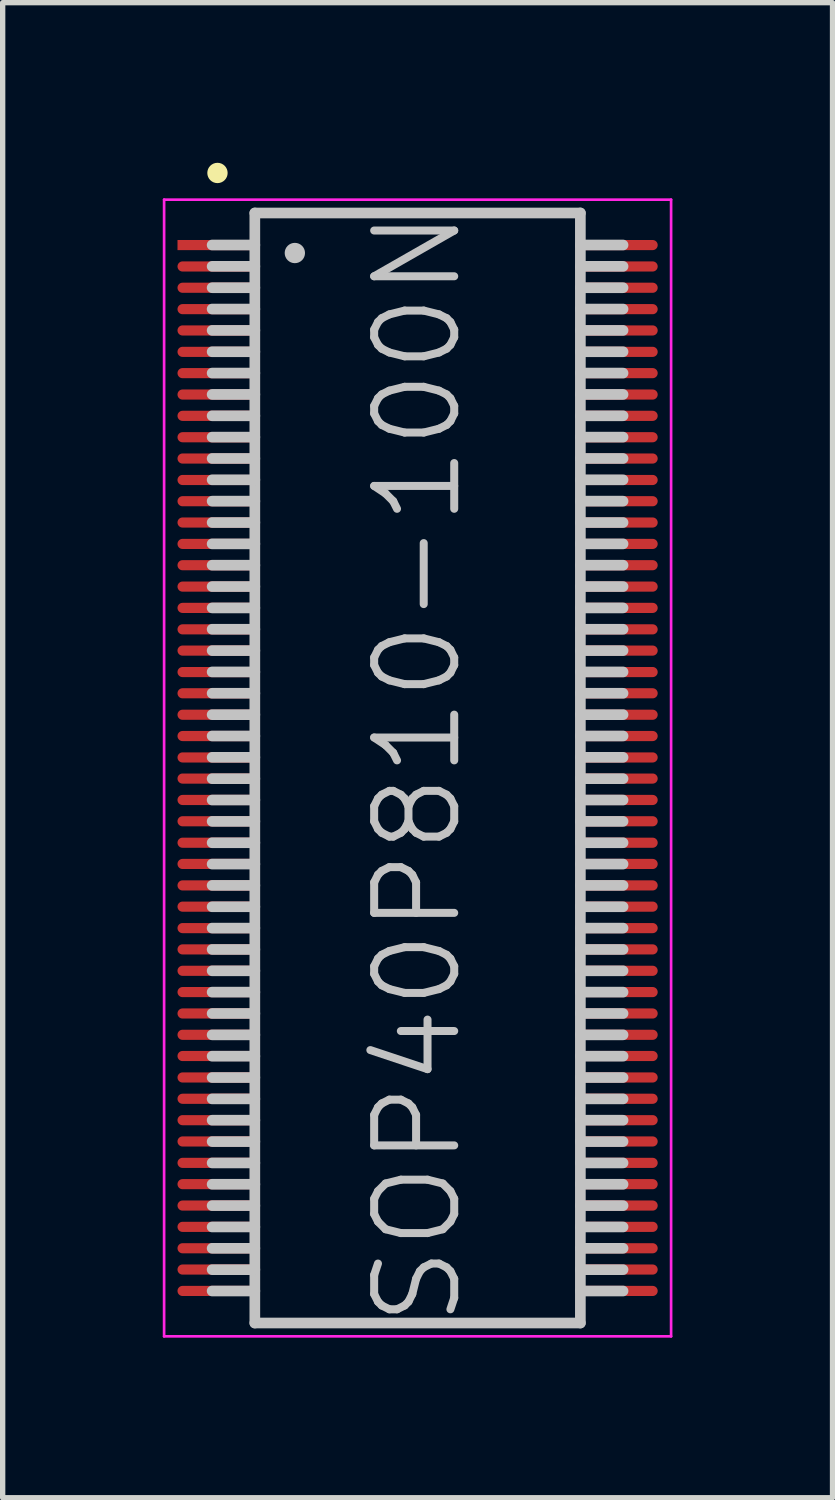
<source format=kicad_pcb>
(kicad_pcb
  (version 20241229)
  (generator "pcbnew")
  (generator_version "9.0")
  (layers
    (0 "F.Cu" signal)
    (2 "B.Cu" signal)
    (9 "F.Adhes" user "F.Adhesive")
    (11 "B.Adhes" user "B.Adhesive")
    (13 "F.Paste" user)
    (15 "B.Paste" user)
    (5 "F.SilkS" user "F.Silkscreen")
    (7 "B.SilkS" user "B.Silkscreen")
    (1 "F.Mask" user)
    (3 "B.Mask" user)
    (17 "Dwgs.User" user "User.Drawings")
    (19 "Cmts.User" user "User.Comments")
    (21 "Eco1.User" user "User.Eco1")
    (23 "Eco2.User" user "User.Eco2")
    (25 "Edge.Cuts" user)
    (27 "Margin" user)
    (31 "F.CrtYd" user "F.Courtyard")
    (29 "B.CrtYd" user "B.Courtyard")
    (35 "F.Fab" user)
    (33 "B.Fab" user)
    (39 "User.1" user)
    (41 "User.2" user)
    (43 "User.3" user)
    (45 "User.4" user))
  (footprint "SOP40P810-100N"
    (layer "F.Cu")
    (at 4.775 11.341)
    (property "Reference" "SOP40P810-100N" (at 0 0 90) (layer "Dwgs.User") (effects (font (size 1.5 1.5) (thickness 0.15))))
    (attr smd)
    (fp_line (start -3.75 -11.15) (end -3.75 -11.15) (stroke (width 0.381) (type solid)) (layer "F.SilkS"))
    (fp_line (start -3.05 -10.4) (end -3.05 10.4) (stroke (width 0.2) (type solid)) (layer "Dwgs.User"))
    (fp_line (start -3.05 -10.4) (end 3.05 -10.4) (stroke (width 0.2) (type solid)) (layer "Dwgs.User"))
    (fp_line (start -3.05 -9.8) (end -3.85 -9.8) (stroke (width 0.2) (type solid)) (layer "Dwgs.User"))
    (fp_line (start -3.05 -9.4) (end -3.85 -9.4) (stroke (width 0.2) (type solid)) (layer "Dwgs.User"))
    (fp_line (start -3.05 -9) (end -3.85 -9) (stroke (width 0.2) (type solid)) (layer "Dwgs.User"))
    (fp_line (start -3.05 -8.6) (end -3.85 -8.6) (stroke (width 0.2) (type solid)) (layer "Dwgs.User"))
    (fp_line (start -3.05 -8.2) (end -3.85 -8.2) (stroke (width 0.2) (type solid)) (layer "Dwgs.User"))
    (fp_line (start -3.05 -7.8) (end -3.85 -7.8) (stroke (width 0.2) (type solid)) (layer "Dwgs.User"))
    (fp_line (start -3.05 -7.4) (end -3.85 -7.4) (stroke (width 0.2) (type solid)) (layer "Dwgs.User"))
    (fp_line (start -3.05 -7) (end -3.85 -7) (stroke (width 0.2) (type solid)) (layer "Dwgs.User"))
    (fp_line (start -3.05 -6.6) (end -3.85 -6.6) (stroke (width 0.2) (type solid)) (layer "Dwgs.User"))
    (fp_line (start -3.05 -6.2) (end -3.85 -6.2) (stroke (width 0.2) (type solid)) (layer "Dwgs.User"))
    (fp_line (start -3.05 -5.8) (end -3.85 -5.8) (stroke (width 0.2) (type solid)) (layer "Dwgs.User"))
    (fp_line (start -3.05 -5.4) (end -3.85 -5.4) (stroke (width 0.2) (type solid)) (layer "Dwgs.User"))
    (fp_line (start -3.05 -5) (end -3.85 -5) (stroke (width 0.2) (type solid)) (layer "Dwgs.User"))
    (fp_line (start -3.05 -4.6) (end -3.85 -4.6) (stroke (width 0.2) (type solid)) (layer "Dwgs.User"))
    (fp_line (start -3.05 -4.2) (end -3.85 -4.2) (stroke (width 0.2) (type solid)) (layer "Dwgs.User"))
    (fp_line (start -3.05 -3.8) (end -3.85 -3.8) (stroke (width 0.2) (type solid)) (layer "Dwgs.User"))
    (fp_line (start -3.05 -3.4) (end -3.85 -3.4) (stroke (width 0.2) (type solid)) (layer "Dwgs.User"))
    (fp_line (start -3.05 -3) (end -3.85 -3) (stroke (width 0.2) (type solid)) (layer "Dwgs.User"))
    (fp_line (start -3.05 -2.6) (end -3.85 -2.6) (stroke (width 0.2) (type solid)) (layer "Dwgs.User"))
    (fp_line (start -3.05 -2.2) (end -3.85 -2.2) (stroke (width 0.2) (type solid)) (layer "Dwgs.User"))
    (fp_line (start -3.05 -1.8) (end -3.85 -1.8) (stroke (width 0.2) (type solid)) (layer "Dwgs.User"))
    (fp_line (start -3.05 -1.4) (end -3.85 -1.4) (stroke (width 0.2) (type solid)) (layer "Dwgs.User"))
    (fp_line (start -3.05 -1) (end -3.85 -1) (stroke (width 0.2) (type solid)) (layer "Dwgs.User"))
    (fp_line (start -3.05 -0.6) (end -3.85 -0.6) (stroke (width 0.2) (type solid)) (layer "Dwgs.User"))
    (fp_line (start -3.05 -0.2) (end -3.85 -0.2) (stroke (width 0.2) (type solid)) (layer "Dwgs.User"))
    (fp_line (start -3.05 0.2) (end -3.85 0.2) (stroke (width 0.2) (type solid)) (layer "Dwgs.User"))
    (fp_line (start -3.05 0.6) (end -3.85 0.6) (stroke (width 0.2) (type solid)) (layer "Dwgs.User"))
    (fp_line (start -3.05 1) (end -3.85 1) (stroke (width 0.2) (type solid)) (layer "Dwgs.User"))
    (fp_line (start -3.05 1.4) (end -3.85 1.4) (stroke (width 0.2) (type solid)) (layer "Dwgs.User"))
    (fp_line (start -3.05 1.8) (end -3.85 1.8) (stroke (width 0.2) (type solid)) (layer "Dwgs.User"))
    (fp_line (start -3.05 2.2) (end -3.85 2.2) (stroke (width 0.2) (type solid)) (layer "Dwgs.User"))
    (fp_line (start -3.05 2.6) (end -3.85 2.6) (stroke (width 0.2) (type solid)) (layer "Dwgs.User"))
    (fp_line (start -3.05 3) (end -3.85 3) (stroke (width 0.2) (type solid)) (layer "Dwgs.User"))
    (fp_line (start -3.05 3.4) (end -3.85 3.4) (stroke (width 0.2) (type solid)) (layer "Dwgs.User"))
    (fp_line (start -3.05 3.8) (end -3.85 3.8) (stroke (width 0.2) (type solid)) (layer "Dwgs.User"))
    (fp_line (start -3.05 4.2) (end -3.85 4.2) (stroke (width 0.2) (type solid)) (layer "Dwgs.User"))
    (fp_line (start -3.05 4.6) (end -3.85 4.6) (stroke (width 0.2) (type solid)) (layer "Dwgs.User"))
    (fp_line (start -3.05 5) (end -3.85 5) (stroke (width 0.2) (type solid)) (layer "Dwgs.User"))
    (fp_line (start -3.05 5.4) (end -3.85 5.4) (stroke (width 0.2) (type solid)) (layer "Dwgs.User"))
    (fp_line (start -3.05 5.8) (end -3.85 5.8) (stroke (width 0.2) (type solid)) (layer "Dwgs.User"))
    (fp_line (start -3.05 6.2) (end -3.85 6.2) (stroke (width 0.2) (type solid)) (layer "Dwgs.User"))
    (fp_line (start -3.05 6.6) (end -3.85 6.6) (stroke (width 0.2) (type solid)) (layer "Dwgs.User"))
    (fp_line (start -3.05 7) (end -3.85 7) (stroke (width 0.2) (type solid)) (layer "Dwgs.User"))
    (fp_line (start -3.05 7.4) (end -3.85 7.4) (stroke (width 0.2) (type solid)) (layer "Dwgs.User"))
    (fp_line (start -3.05 7.8) (end -3.85 7.8) (stroke (width 0.2) (type solid)) (layer "Dwgs.User"))
    (fp_line (start -3.05 8.2) (end -3.85 8.2) (stroke (width 0.2) (type solid)) (layer "Dwgs.User"))
    (fp_line (start -3.05 8.6) (end -3.85 8.6) (stroke (width 0.2) (type solid)) (layer "Dwgs.User"))
    (fp_line (start -3.05 9) (end -3.85 9) (stroke (width 0.2) (type solid)) (layer "Dwgs.User"))
    (fp_line (start -3.05 9.4) (end -3.85 9.4) (stroke (width 0.2) (type solid)) (layer "Dwgs.User"))
    (fp_line (start -3.05 9.8) (end -3.85 9.8) (stroke (width 0.2) (type solid)) (layer "Dwgs.User"))
    (fp_line (start -3.05 10.4) (end 3.05 10.4) (stroke (width 0.2) (type solid)) (layer "Dwgs.User"))
    (fp_line (start -2.3 -9.65) (end -2.3 -9.65) (stroke (width 0.381) (type solid)) (layer "Dwgs.User"))
    (fp_line (start 3.05 -10.4) (end 3.05 10.4) (stroke (width 0.2) (type solid)) (layer "Dwgs.User"))
    (fp_line (start 3.85 -9.8) (end 3.05 -9.8) (stroke (width 0.2) (type solid)) (layer "Dwgs.User"))
    (fp_line (start 3.85 -9.4) (end 3.05 -9.4) (stroke (width 0.2) (type solid)) (layer "Dwgs.User"))
    (fp_line (start 3.85 -9) (end 3.05 -9) (stroke (width 0.2) (type solid)) (layer "Dwgs.User"))
    (fp_line (start 3.85 -8.6) (end 3.05 -8.6) (stroke (width 0.2) (type solid)) (layer "Dwgs.User"))
    (fp_line (start 3.85 -8.2) (end 3.05 -8.2) (stroke (width 0.2) (type solid)) (layer "Dwgs.User"))
    (fp_line (start 3.85 -7.8) (end 3.05 -7.8) (stroke (width 0.2) (type solid)) (layer "Dwgs.User"))
    (fp_line (start 3.85 -7.4) (end 3.05 -7.4) (stroke (width 0.2) (type solid)) (layer "Dwgs.User"))
    (fp_line (start 3.85 -7) (end 3.05 -7) (stroke (width 0.2) (type solid)) (layer "Dwgs.User"))
    (fp_line (start 3.85 -6.6) (end 3.05 -6.6) (stroke (width 0.2) (type solid)) (layer "Dwgs.User"))
    (fp_line (start 3.85 -6.2) (end 3.05 -6.2) (stroke (width 0.2) (type solid)) (layer "Dwgs.User"))
    (fp_line (start 3.85 -5.8) (end 3.05 -5.8) (stroke (width 0.2) (type solid)) (layer "Dwgs.User"))
    (fp_line (start 3.85 -5.4) (end 3.05 -5.4) (stroke (width 0.2) (type solid)) (layer "Dwgs.User"))
    (fp_line (start 3.85 -5) (end 3.05 -5) (stroke (width 0.2) (type solid)) (layer "Dwgs.User"))
    (fp_line (start 3.85 -4.6) (end 3.05 -4.6) (stroke (width 0.2) (type solid)) (layer "Dwgs.User"))
    (fp_line (start 3.85 -4.2) (end 3.05 -4.2) (stroke (width 0.2) (type solid)) (layer "Dwgs.User"))
    (fp_line (start 3.85 -3.8) (end 3.05 -3.8) (stroke (width 0.2) (type solid)) (layer "Dwgs.User"))
    (fp_line (start 3.85 -3.4) (end 3.05 -3.4) (stroke (width 0.2) (type solid)) (layer "Dwgs.User"))
    (fp_line (start 3.85 -3) (end 3.05 -3) (stroke (width 0.2) (type solid)) (layer "Dwgs.User"))
    (fp_line (start 3.85 -2.6) (end 3.05 -2.6) (stroke (width 0.2) (type solid)) (layer "Dwgs.User"))
    (fp_line (start 3.85 -2.2) (end 3.05 -2.2) (stroke (width 0.2) (type solid)) (layer "Dwgs.User"))
    (fp_line (start 3.85 -1.8) (end 3.05 -1.8) (stroke (width 0.2) (type solid)) (layer "Dwgs.User"))
    (fp_line (start 3.85 -1.4) (end 3.05 -1.4) (stroke (width 0.2) (type solid)) (layer "Dwgs.User"))
    (fp_line (start 3.85 -1) (end 3.05 -1) (stroke (width 0.2) (type solid)) (layer "Dwgs.User"))
    (fp_line (start 3.85 -0.6) (end 3.05 -0.6) (stroke (width 0.2) (type solid)) (layer "Dwgs.User"))
    (fp_line (start 3.85 -0.2) (end 3.05 -0.2) (stroke (width 0.2) (type solid)) (layer "Dwgs.User"))
    (fp_line (start 3.85 0.2) (end 3.05 0.2) (stroke (width 0.2) (type solid)) (layer "Dwgs.User"))
    (fp_line (start 3.85 0.6) (end 3.05 0.6) (stroke (width 0.2) (type solid)) (layer "Dwgs.User"))
    (fp_line (start 3.85 1) (end 3.05 1) (stroke (width 0.2) (type solid)) (layer "Dwgs.User"))
    (fp_line (start 3.85 1.4) (end 3.05 1.4) (stroke (width 0.2) (type solid)) (layer "Dwgs.User"))
    (fp_line (start 3.85 1.8) (end 3.05 1.8) (stroke (width 0.2) (type solid)) (layer "Dwgs.User"))
    (fp_line (start 3.85 2.2) (end 3.05 2.2) (stroke (width 0.2) (type solid)) (layer "Dwgs.User"))
    (fp_line (start 3.85 2.6) (end 3.05 2.6) (stroke (width 0.2) (type solid)) (layer "Dwgs.User"))
    (fp_line (start 3.85 3) (end 3.05 3) (stroke (width 0.2) (type solid)) (layer "Dwgs.User"))
    (fp_line (start 3.85 3.4) (end 3.05 3.4) (stroke (width 0.2) (type solid)) (layer "Dwgs.User"))
    (fp_line (start 3.85 3.8) (end 3.05 3.8) (stroke (width 0.2) (type solid)) (layer "Dwgs.User"))
    (fp_line (start 3.85 4.2) (end 3.05 4.2) (stroke (width 0.2) (type solid)) (layer "Dwgs.User"))
    (fp_line (start 3.85 4.6) (end 3.05 4.6) (stroke (width 0.2) (type solid)) (layer "Dwgs.User"))
    (fp_line (start 3.85 5) (end 3.05 5) (stroke (width 0.2) (type solid)) (layer "Dwgs.User"))
    (fp_line (start 3.85 5.4) (end 3.05 5.4) (stroke (width 0.2) (type solid)) (layer "Dwgs.User"))
    (fp_line (start 3.85 5.8) (end 3.05 5.8) (stroke (width 0.2) (type solid)) (layer "Dwgs.User"))
    (fp_line (start 3.85 6.2) (end 3.05 6.2) (stroke (width 0.2) (type solid)) (layer "Dwgs.User"))
    (fp_line (start 3.85 6.6) (end 3.05 6.6) (stroke (width 0.2) (type solid)) (layer "Dwgs.User"))
    (fp_line (start 3.85 7) (end 3.05 7) (stroke (width 0.2) (type solid)) (layer "Dwgs.User"))
    (fp_line (start 3.85 7.4) (end 3.05 7.4) (stroke (width 0.2) (type solid)) (layer "Dwgs.User"))
    (fp_line (start 3.85 7.8) (end 3.05 7.8) (stroke (width 0.2) (type solid)) (layer "Dwgs.User"))
    (fp_line (start 3.85 8.2) (end 3.05 8.2) (stroke (width 0.2) (type solid)) (layer "Dwgs.User"))
    (fp_line (start 3.85 8.6) (end 3.05 8.6) (stroke (width 0.2) (type solid)) (layer "Dwgs.User"))
    (fp_line (start 3.85 9) (end 3.05 9) (stroke (width 0.2) (type solid)) (layer "Dwgs.User"))
    (fp_line (start 3.85 9.4) (end 3.05 9.4) (stroke (width 0.2) (type solid)) (layer "Dwgs.User"))
    (fp_line (start 3.85 9.8) (end 3.05 9.8) (stroke (width 0.2) (type solid)) (layer "Dwgs.User"))
    (fp_line (start -4.75 -10.65) (end -4.75 10.65) (stroke (width 0.05) (type solid)) (layer "F.CrtYd"))
    (fp_line (start -4.75 -10.65) (end 4.75 -10.65) (stroke (width 0.05) (type solid)) (layer "F.CrtYd"))
    (fp_line (start -4.75 10.65) (end 4.75 10.65) (stroke (width 0.05) (type solid)) (layer "F.CrtYd"))
    (fp_line (start 4.75 -10.65) (end 4.75 10.65) (stroke (width 0.05) (type solid)) (layer "F.CrtYd"))
    (pad "1" smd rect (at -3.749 -9.799 90) (size 0.19 1.5) (layers "F.Cu" "F.Mask" "F.Paste"))
    (pad "2" smd oval (at -3.749 -9.398 90) (size 0.19 1.5) (layers "F.Cu" "F.Mask" "F.Paste"))
    (pad "3" smd oval (at -3.749 -8.999 90) (size 0.19 1.5) (layers "F.Cu" "F.Mask" "F.Paste"))
    (pad "4" smd oval (at -3.749 -8.598 90) (size 0.19 1.5) (layers "F.Cu" "F.Mask" "F.Paste"))
    (pad "5" smd oval (at -3.749 -8.199 90) (size 0.19 1.5) (layers "F.Cu" "F.Mask" "F.Paste"))
    (pad "6" smd oval (at -3.749 -7.798 90) (size 0.19 1.5) (layers "F.Cu" "F.Mask" "F.Paste"))
    (pad "7" smd oval (at -3.749 -7.399 90) (size 0.19 1.5) (layers "F.Cu" "F.Mask" "F.Paste"))
    (pad "8" smd oval (at -3.749 -6.998 90) (size 0.19 1.5) (layers "F.Cu" "F.Mask" "F.Paste"))
    (pad "9" smd oval (at -3.749 -6.599 90) (size 0.19 1.5) (layers "F.Cu" "F.Mask" "F.Paste"))
    (pad "10" smd oval (at -3.749 -6.198 90) (size 0.19 1.5) (layers "F.Cu" "F.Mask" "F.Paste"))
    (pad "11" smd oval (at -3.749 -5.799 90) (size 0.19 1.5) (layers "F.Cu" "F.Mask" "F.Paste"))
    (pad "12" smd oval (at -3.749 -5.397 90) (size 0.19 1.5) (layers "F.Cu" "F.Mask" "F.Paste"))
    (pad "13" smd oval (at -3.749 -4.999 90) (size 0.19 1.5) (layers "F.Cu" "F.Mask" "F.Paste"))
    (pad "14" smd oval (at -3.749 -4.6 90) (size 0.19 1.5) (layers "F.Cu" "F.Mask" "F.Paste"))
    (pad "15" smd oval (at -3.749 -4.199 90) (size 0.19 1.5) (layers "F.Cu" "F.Mask" "F.Paste"))
    (pad "16" smd oval (at -3.749 -3.8 90) (size 0.19 1.5) (layers "F.Cu" "F.Mask" "F.Paste"))
    (pad "17" smd oval (at -3.749 -3.399 90) (size 0.19 1.5) (layers "F.Cu" "F.Mask" "F.Paste"))
    (pad "18" smd oval (at -3.749 -3 90) (size 0.19 1.5) (layers "F.Cu" "F.Mask" "F.Paste"))
    (pad "19" smd oval (at -3.749 -2.598 90) (size 0.19 1.5) (layers "F.Cu" "F.Mask" "F.Paste"))
    (pad "20" smd oval (at -3.749 -2.2 90) (size 0.19 1.5) (layers "F.Cu" "F.Mask" "F.Paste"))
    (pad "21" smd oval (at -3.749 -1.798 90) (size 0.19 1.5) (layers "F.Cu" "F.Mask" "F.Paste"))
    (pad "22" smd oval (at -3.749 -1.4 90) (size 0.19 1.5) (layers "F.Cu" "F.Mask" "F.Paste"))
    (pad "23" smd oval (at -3.749 -0.998 90) (size 0.19 1.5) (layers "F.Cu" "F.Mask" "F.Paste"))
    (pad "24" smd oval (at -3.749 -0.599 90) (size 0.19 1.5) (layers "F.Cu" "F.Mask" "F.Paste"))
    (pad "25" smd oval (at -3.749 -0.198 90) (size 0.19 1.5) (layers "F.Cu" "F.Mask" "F.Paste"))
    (pad "26" smd oval (at -3.749 0.198 90) (size 0.19 1.5) (layers "F.Cu" "F.Mask" "F.Paste"))
    (pad "27" smd oval (at -3.749 0.599 90) (size 0.19 1.5) (layers "F.Cu" "F.Mask" "F.Paste"))
    (pad "28" smd oval (at -3.749 0.998 90) (size 0.19 1.5) (layers "F.Cu" "F.Mask" "F.Paste"))
    (pad "29" smd oval (at -3.749 1.4 90) (size 0.19 1.5) (layers "F.Cu" "F.Mask" "F.Paste"))
    (pad "30" smd oval (at -3.749 1.798 90) (size 0.19 1.5) (layers "F.Cu" "F.Mask" "F.Paste"))
    (pad "31" smd oval (at -3.749 2.2 90) (size 0.19 1.5) (layers "F.Cu" "F.Mask" "F.Paste"))
    (pad "32" smd oval (at -3.749 2.598 90) (size 0.19 1.5) (layers "F.Cu" "F.Mask" "F.Paste"))
    (pad "33" smd oval (at -3.749 3 90) (size 0.19 1.5) (layers "F.Cu" "F.Mask" "F.Paste"))
    (pad "34" smd oval (at -3.749 3.399 90) (size 0.19 1.5) (layers "F.Cu" "F.Mask" "F.Paste"))
    (pad "35" smd oval (at -3.749 3.8 90) (size 0.19 1.5) (layers "F.Cu" "F.Mask" "F.Paste"))
    (pad "36" smd oval (at -3.749 4.199 90) (size 0.19 1.5) (layers "F.Cu" "F.Mask" "F.Paste"))
    (pad "37" smd oval (at -3.749 4.6 90) (size 0.19 1.5) (layers "F.Cu" "F.Mask" "F.Paste"))
    (pad "38" smd oval (at -3.749 4.999 90) (size 0.19 1.5) (layers "F.Cu" "F.Mask" "F.Paste"))
    (pad "39" smd oval (at -3.749 5.397 90) (size 0.19 1.5) (layers "F.Cu" "F.Mask" "F.Paste"))
    (pad "40" smd oval (at -3.749 5.799 90) (size 0.19 1.5) (layers "F.Cu" "F.Mask" "F.Paste"))
    (pad "41" smd oval (at -3.749 6.198 90) (size 0.19 1.5) (layers "F.Cu" "F.Mask" "F.Paste"))
    (pad "42" smd oval (at -3.749 6.599 90) (size 0.19 1.5) (layers "F.Cu" "F.Mask" "F.Paste"))
    (pad "43" smd oval (at -3.749 6.998 90) (size 0.19 1.5) (layers "F.Cu" "F.Mask" "F.Paste"))
    (pad "44" smd oval (at -3.749 7.399 90) (size 0.19 1.5) (layers "F.Cu" "F.Mask" "F.Paste"))
    (pad "45" smd oval (at -3.749 7.798 90) (size 0.19 1.5) (layers "F.Cu" "F.Mask" "F.Paste"))
    (pad "46" smd oval (at -3.749 8.199 90) (size 0.19 1.5) (layers "F.Cu" "F.Mask" "F.Paste"))
    (pad "47" smd oval (at -3.749 8.598 90) (size 0.19 1.5) (layers "F.Cu" "F.Mask" "F.Paste"))
    (pad "48" smd oval (at -3.749 8.999 90) (size 0.19 1.5) (layers "F.Cu" "F.Mask" "F.Paste"))
    (pad "49" smd oval (at -3.749 9.398 90) (size 0.19 1.5) (layers "F.Cu" "F.Mask" "F.Paste"))
    (pad "50" smd oval (at -3.749 9.799 90) (size 0.19 1.5) (layers "F.Cu" "F.Mask" "F.Paste"))
    (pad "51" smd oval (at 3.749 9.799 270) (size 0.19 1.5) (layers "F.Cu" "F.Mask" "F.Paste"))
    (pad "52" smd oval (at 3.749 9.398 270) (size 0.19 1.5) (layers "F.Cu" "F.Mask" "F.Paste"))
    (pad "53" smd oval (at 3.749 8.999 270) (size 0.19 1.5) (layers "F.Cu" "F.Mask" "F.Paste"))
    (pad "54" smd oval (at 3.749 8.598 270) (size 0.19 1.5) (layers "F.Cu" "F.Mask" "F.Paste"))
    (pad "55" smd oval (at 3.749 8.199 270) (size 0.19 1.5) (layers "F.Cu" "F.Mask" "F.Paste"))
    (pad "56" smd oval (at 3.749 7.798 270) (size 0.19 1.5) (layers "F.Cu" "F.Mask" "F.Paste"))
    (pad "57" smd oval (at 3.749 7.399 270) (size 0.19 1.5) (layers "F.Cu" "F.Mask" "F.Paste"))
    (pad "58" smd oval (at 3.749 6.998 270) (size 0.19 1.5) (layers "F.Cu" "F.Mask" "F.Paste"))
    (pad "59" smd oval (at 3.749 6.599 270) (size 0.19 1.5) (layers "F.Cu" "F.Mask" "F.Paste"))
    (pad "60" smd oval (at 3.749 6.198 270) (size 0.19 1.5) (layers "F.Cu" "F.Mask" "F.Paste"))
    (pad "61" smd oval (at 3.749 5.799 270) (size 0.19 1.5) (layers "F.Cu" "F.Mask" "F.Paste"))
    (pad "62" smd oval (at 3.749 5.397 270) (size 0.19 1.5) (layers "F.Cu" "F.Mask" "F.Paste"))
    (pad "63" smd oval (at 3.749 4.999 270) (size 0.19 1.5) (layers "F.Cu" "F.Mask" "F.Paste"))
    (pad "64" smd oval (at 3.749 4.6 270) (size 0.19 1.5) (layers "F.Cu" "F.Mask" "F.Paste"))
    (pad "65" smd oval (at 3.749 4.199 270) (size 0.19 1.5) (layers "F.Cu" "F.Mask" "F.Paste"))
    (pad "66" smd oval (at 3.749 3.8 270) (size 0.19 1.5) (layers "F.Cu" "F.Mask" "F.Paste"))
    (pad "67" smd oval (at 3.749 3.399 270) (size 0.19 1.5) (layers "F.Cu" "F.Mask" "F.Paste"))
    (pad "68" smd oval (at 3.749 3 270) (size 0.19 1.5) (layers "F.Cu" "F.Mask" "F.Paste"))
    (pad "69" smd oval (at 3.749 2.598 270) (size 0.19 1.5) (layers "F.Cu" "F.Mask" "F.Paste"))
    (pad "70" smd oval (at 3.749 2.2 270) (size 0.19 1.5) (layers "F.Cu" "F.Mask" "F.Paste"))
    (pad "71" smd oval (at 3.749 1.798 270) (size 0.19 1.5) (layers "F.Cu" "F.Mask" "F.Paste"))
    (pad "72" smd oval (at 3.749 1.4 270) (size 0.19 1.5) (layers "F.Cu" "F.Mask" "F.Paste"))
    (pad "73" smd oval (at 3.749 0.998 270) (size 0.19 1.5) (layers "F.Cu" "F.Mask" "F.Paste"))
    (pad "74" smd oval (at 3.749 0.599 270) (size 0.19 1.5) (layers "F.Cu" "F.Mask" "F.Paste"))
    (pad "75" smd oval (at 3.749 0.198 270) (size 0.19 1.5) (layers "F.Cu" "F.Mask" "F.Paste"))
    (pad "76" smd oval (at 3.749 -0.198 270) (size 0.19 1.5) (layers "F.Cu" "F.Mask" "F.Paste"))
    (pad "77" smd oval (at 3.749 -0.599 270) (size 0.19 1.5) (layers "F.Cu" "F.Mask" "F.Paste"))
    (pad "78" smd oval (at 3.749 -0.998 270) (size 0.19 1.5) (layers "F.Cu" "F.Mask" "F.Paste"))
    (pad "79" smd oval (at 3.749 -1.4 270) (size 0.19 1.5) (layers "F.Cu" "F.Mask" "F.Paste"))
    (pad "80" smd oval (at 3.749 -1.798 270) (size 0.19 1.5) (layers "F.Cu" "F.Mask" "F.Paste"))
    (pad "81" smd oval (at 3.749 -2.2 270) (size 0.19 1.5) (layers "F.Cu" "F.Mask" "F.Paste"))
    (pad "82" smd oval (at 3.749 -2.598 270) (size 0.19 1.5) (layers "F.Cu" "F.Mask" "F.Paste"))
    (pad "83" smd oval (at 3.749 -3 270) (size 0.19 1.5) (layers "F.Cu" "F.Mask" "F.Paste"))
    (pad "84" smd oval (at 3.749 -3.399 270) (size 0.19 1.5) (layers "F.Cu" "F.Mask" "F.Paste"))
    (pad "85" smd oval (at 3.749 -3.8 270) (size 0.19 1.5) (layers "F.Cu" "F.Mask" "F.Paste"))
    (pad "86" smd oval (at 3.749 -4.199 270) (size 0.19 1.5) (layers "F.Cu" "F.Mask" "F.Paste"))
    (pad "87" smd oval (at 3.749 -4.6 270) (size 0.19 1.5) (layers "F.Cu" "F.Mask" "F.Paste"))
    (pad "88" smd oval (at 3.749 -4.999 270) (size 0.19 1.5) (layers "F.Cu" "F.Mask" "F.Paste"))
    (pad "89" smd oval (at 3.749 -5.397 270) (size 0.19 1.5) (layers "F.Cu" "F.Mask" "F.Paste"))
    (pad "90" smd oval (at 3.749 -5.799 270) (size 0.19 1.5) (layers "F.Cu" "F.Mask" "F.Paste"))
    (pad "91" smd oval (at 3.749 -6.198 270) (size 0.19 1.5) (layers "F.Cu" "F.Mask" "F.Paste"))
    (pad "92" smd oval (at 3.749 -6.599 270) (size 0.19 1.5) (layers "F.Cu" "F.Mask" "F.Paste"))
    (pad "93" smd oval (at 3.749 -6.998 270) (size 0.19 1.5) (layers "F.Cu" "F.Mask" "F.Paste"))
    (pad "94" smd oval (at 3.749 -7.399 270) (size 0.19 1.5) (layers "F.Cu" "F.Mask" "F.Paste"))
    (pad "95" smd oval (at 3.749 -7.798 270) (size 0.19 1.5) (layers "F.Cu" "F.Mask" "F.Paste"))
    (pad "96" smd oval (at 3.749 -8.199 270) (size 0.19 1.5) (layers "F.Cu" "F.Mask" "F.Paste"))
    (pad "97" smd oval (at 3.749 -8.598 270) (size 0.19 1.5) (layers "F.Cu" "F.Mask" "F.Paste"))
    (pad "98" smd oval (at 3.749 -8.999 270) (size 0.19 1.5) (layers "F.Cu" "F.Mask" "F.Paste"))
    (pad "99" smd oval (at 3.749 -9.398 270) (size 0.19 1.5) (layers "F.Cu" "F.Mask" "F.Paste"))
    (pad "100" smd oval (at 3.749 -9.799 270) (size 0.19 1.5) (layers "F.Cu" "F.Mask" "F.Paste")))
  (gr_rect
    (start -3 -3)
    (end 12.55 25.015)
    (stroke (width 0.1) (type default))
    (fill no)
    (layer "Edge.Cuts")))
</source>
